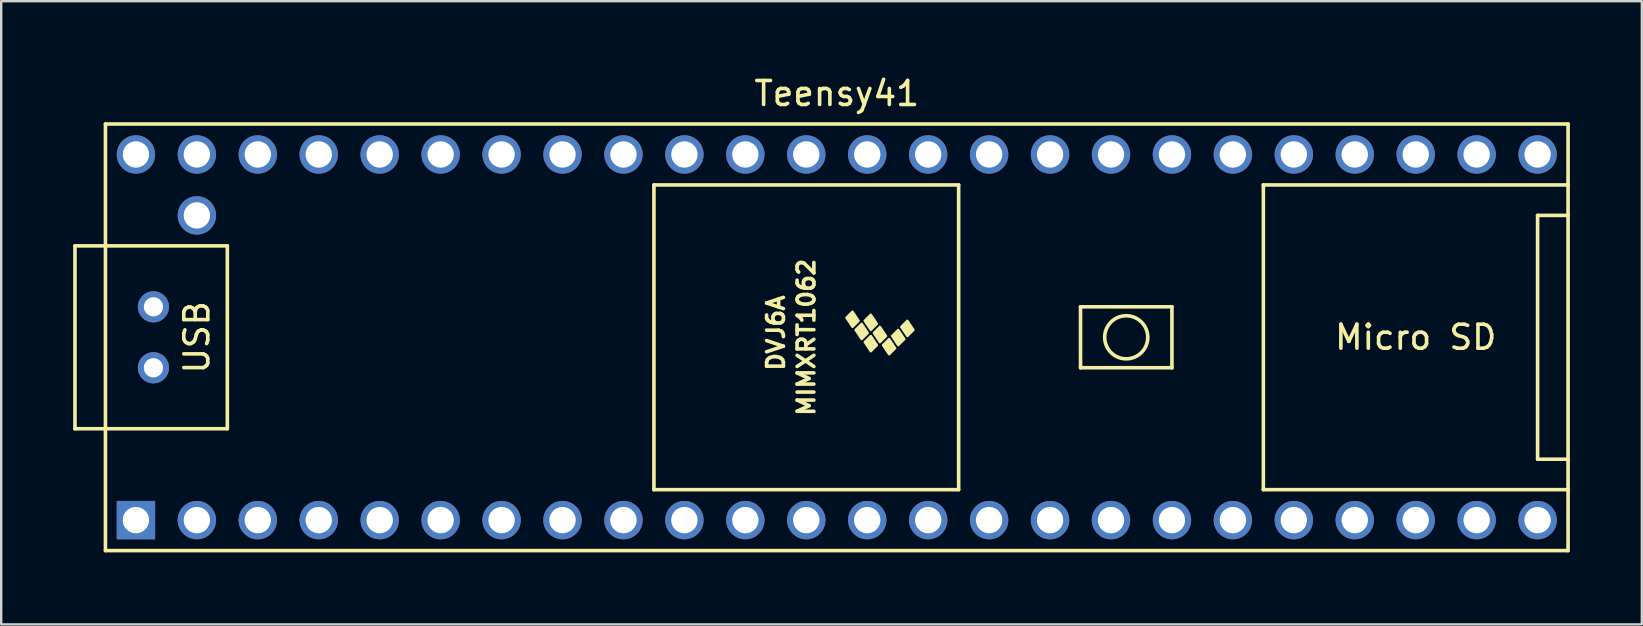
<source format=kicad_pcb>
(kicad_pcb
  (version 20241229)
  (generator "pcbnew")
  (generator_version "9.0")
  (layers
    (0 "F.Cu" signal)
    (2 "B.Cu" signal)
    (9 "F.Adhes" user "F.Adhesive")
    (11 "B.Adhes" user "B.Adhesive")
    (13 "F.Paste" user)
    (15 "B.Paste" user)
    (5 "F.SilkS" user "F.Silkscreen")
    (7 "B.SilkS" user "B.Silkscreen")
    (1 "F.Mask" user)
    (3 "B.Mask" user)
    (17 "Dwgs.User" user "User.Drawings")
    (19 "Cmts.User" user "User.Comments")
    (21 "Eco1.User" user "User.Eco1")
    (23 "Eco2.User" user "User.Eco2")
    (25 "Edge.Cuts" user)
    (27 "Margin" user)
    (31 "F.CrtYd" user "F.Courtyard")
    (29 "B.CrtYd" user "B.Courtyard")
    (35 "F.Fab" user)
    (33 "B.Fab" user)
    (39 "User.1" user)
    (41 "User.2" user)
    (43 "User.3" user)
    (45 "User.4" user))
  (footprint "Teensy41"
    (layer "F.Cu")
    (at 31.825 11.008)
    (property "Reference" "Teensy41" (at 0 -10.16 0) (layer "F.SilkS") (effects (font (size 1 1) (thickness 0.15))))
    (attr through_hole)
    (fp_line (start -31.75 -3.81) (end -30.48 -3.81) (stroke (width 0.15) (type solid)) (layer "F.SilkS"))
    (fp_line (start -31.75 3.81) (end -31.75 -3.81) (stroke (width 0.15) (type solid)) (layer "F.SilkS"))
    (fp_line (start -30.48 -8.89) (end 30.48 -8.89) (stroke (width 0.15) (type solid)) (layer "F.SilkS"))
    (fp_line (start -30.48 3.81) (end -31.75 3.81) (stroke (width 0.15) (type solid)) (layer "F.SilkS"))
    (fp_line (start -30.48 8.89) (end -30.48 -8.89) (stroke (width 0.15) (type solid)) (layer "F.SilkS"))
    (fp_line (start -25.4 -3.81) (end -30.48 -3.81) (stroke (width 0.15) (type solid)) (layer "F.SilkS"))
    (fp_line (start -25.4 3.81) (end -30.48 3.81) (stroke (width 0.15) (type solid)) (layer "F.SilkS"))
    (fp_line (start -25.4 3.81) (end -25.4 -3.81) (stroke (width 0.15) (type solid)) (layer "F.SilkS"))
    (fp_line (start -7.62 -6.35) (end -7.62 6.35) (stroke (width 0.15) (type solid)) (layer "F.SilkS"))
    (fp_line (start -7.62 6.35) (end 5.08 6.35) (stroke (width 0.15) (type solid)) (layer "F.SilkS"))
    (fp_line (start 5.08 -6.35) (end -7.62 -6.35) (stroke (width 0.15) (type solid)) (layer "F.SilkS"))
    (fp_line (start 5.08 6.35) (end 5.08 -6.35) (stroke (width 0.15) (type solid)) (layer "F.SilkS"))
    (fp_line (start 10.16 -1.27) (end 13.97 -1.27) (stroke (width 0.15) (type solid)) (layer "F.SilkS"))
    (fp_line (start 10.16 1.27) (end 10.16 -1.27) (stroke (width 0.15) (type solid)) (layer "F.SilkS"))
    (fp_line (start 13.97 -1.27) (end 13.97 1.27) (stroke (width 0.15) (type solid)) (layer "F.SilkS"))
    (fp_line (start 13.97 1.27) (end 10.16 1.27) (stroke (width 0.15) (type solid)) (layer "F.SilkS"))
    (fp_line (start 17.78 -6.35) (end 17.78 6.35) (stroke (width 0.15) (type solid)) (layer "F.SilkS"))
    (fp_line (start 17.78 6.35) (end 30.48 6.35) (stroke (width 0.15) (type solid)) (layer "F.SilkS"))
    (fp_line (start 29.21 -5.08) (end 29.21 5.08) (stroke (width 0.15) (type solid)) (layer "F.SilkS"))
    (fp_line (start 29.21 5.08) (end 30.48 5.08) (stroke (width 0.15) (type solid)) (layer "F.SilkS"))
    (fp_line (start 30.48 -8.89) (end 30.48 8.89) (stroke (width 0.15) (type solid)) (layer "F.SilkS"))
    (fp_line (start 30.48 -6.35) (end 17.78 -6.35) (stroke (width 0.15) (type solid)) (layer "F.SilkS"))
    (fp_line (start 30.48 -5.08) (end 29.21 -5.08) (stroke (width 0.15) (type solid)) (layer "F.SilkS"))
    (fp_line (start 30.48 8.89) (end -30.48 8.89) (stroke (width 0.15) (type solid)) (layer "F.SilkS"))
    (fp_circle (center 12.065 0) (end 12.7 -0.635) (stroke (width 0.15) (type solid)) (fill no) (layer "F.SilkS"))
    (fp_poly (pts (xy 0.911 -0.688) (xy 0.657 -0.434) (xy 0.403 -0.815) (xy 0.657 -1.069)) (stroke (width 0.1) (type solid)) (fill yes) (layer "F.SilkS"))
    (fp_poly (pts (xy 1.292 -0.18) (xy 1.038 0.074) (xy 0.784 -0.307) (xy 1.038 -0.561)) (stroke (width 0.1) (type solid)) (fill yes) (layer "F.SilkS"))
    (fp_poly (pts (xy 1.673 -0.561) (xy 1.419 -0.307) (xy 1.165 -0.688) (xy 1.419 -0.942)) (stroke (width 0.1) (type solid)) (fill yes) (layer "F.SilkS"))
    (fp_poly (pts (xy 1.673 0.328) (xy 1.419 0.582) (xy 1.165 0.201) (xy 1.419 -0.053)) (stroke (width 0.1) (type solid)) (fill yes) (layer "F.SilkS"))
    (fp_poly (pts (xy 2.054 -0.053) (xy 1.8 0.201) (xy 1.546 -0.18) (xy 1.8 -0.434)) (stroke (width 0.1) (type solid)) (fill yes) (layer "F.SilkS"))
    (fp_poly (pts (xy 2.435 0.455) (xy 2.181 0.709) (xy 1.927 0.328) (xy 2.181 0.074)) (stroke (width 0.1) (type solid)) (fill yes) (layer "F.SilkS"))
    (fp_poly (pts (xy 2.816 0.074) (xy 2.562 0.328) (xy 2.308 -0.053) (xy 2.562 -0.307)) (stroke (width 0.1) (type solid)) (fill yes) (layer "F.SilkS"))
    (fp_poly (pts (xy 3.197 -0.307) (xy 2.943 -0.053) (xy 2.689 -0.434) (xy 2.943 -0.688)) (stroke (width 0.1) (type solid)) (fill yes) (layer "F.SilkS"))
    (fp_text user "MIMXRT1062" (at -1.27 0 270) (layer "F.SilkS") (effects (font (size 0.7 0.7) (thickness 0.15))))
    (fp_text user "USB" (at -26.67 0 270) (layer "F.SilkS") (effects (font (size 1 1) (thickness 0.15))))
    (fp_text user "DVJ6A" (at -2.54 -0.18 270) (layer "F.SilkS") (effects (font (size 0.7 0.7) (thickness 0.15))))
    (fp_text user "Micro SD" (at 24.13 0 0) (layer "F.SilkS") (effects (font (size 1 1) (thickness 0.15))))
    (pad "1" thru_hole rect (at -29.21 7.62) (size 1.6 1.6) (drill 1.1) (layers "*.Cu" "*.Mask"))
    (pad "2" thru_hole circle (at -26.67 7.62) (size 1.6 1.6) (drill 1.1) (layers "*.Cu" "*.Mask"))
    (pad "3" thru_hole circle (at -24.13 7.62) (size 1.6 1.6) (drill 1.1) (layers "*.Cu" "*.Mask"))
    (pad "4" thru_hole circle (at -21.59 7.62) (size 1.6 1.6) (drill 1.1) (layers "*.Cu" "*.Mask"))
    (pad "5" thru_hole circle (at -19.05 7.62) (size 1.6 1.6) (drill 1.1) (layers "*.Cu" "*.Mask"))
    (pad "6" thru_hole circle (at -16.51 7.62) (size 1.6 1.6) (drill 1.1) (layers "*.Cu" "*.Mask"))
    (pad "7" thru_hole circle (at -13.97 7.62) (size 1.6 1.6) (drill 1.1) (layers "*.Cu" "*.Mask"))
    (pad "8" thru_hole circle (at -11.43 7.62) (size 1.6 1.6) (drill 1.1) (layers "*.Cu" "*.Mask"))
    (pad "9" thru_hole circle (at -8.89 7.62) (size 1.6 1.6) (drill 1.1) (layers "*.Cu" "*.Mask"))
    (pad "10" thru_hole circle (at -6.35 7.62) (size 1.6 1.6) (drill 1.1) (layers "*.Cu" "*.Mask"))
    (pad "11" thru_hole circle (at -3.81 7.62) (size 1.6 1.6) (drill 1.1) (layers "*.Cu" "*.Mask"))
    (pad "12" thru_hole circle (at -1.27 7.62) (size 1.6 1.6) (drill 1.1) (layers "*.Cu" "*.Mask"))
    (pad "13" thru_hole circle (at 1.27 7.62) (size 1.6 1.6) (drill 1.1) (layers "*.Cu" "*.Mask"))
    (pad "14" thru_hole circle (at 3.81 7.62) (size 1.6 1.6) (drill 1.1) (layers "*.Cu" "*.Mask"))
    (pad "15" thru_hole circle (at 6.35 7.62) (size 1.6 1.6) (drill 1.1) (layers "*.Cu" "*.Mask"))
    (pad "16" thru_hole circle (at 8.89 7.62) (size 1.6 1.6) (drill 1.1) (layers "*.Cu" "*.Mask"))
    (pad "17" thru_hole circle (at 11.43 7.62) (size 1.6 1.6) (drill 1.1) (layers "*.Cu" "*.Mask"))
    (pad "18" thru_hole circle (at 13.97 7.62) (size 1.6 1.6) (drill 1.1) (layers "*.Cu" "*.Mask"))
    (pad "19" thru_hole circle (at 16.51 7.62) (size 1.6 1.6) (drill 1.1) (layers "*.Cu" "*.Mask"))
    (pad "20" thru_hole circle (at 19.05 7.62) (size 1.6 1.6) (drill 1.1) (layers "*.Cu" "*.Mask"))
    (pad "21" thru_hole circle (at 21.59 7.62) (size 1.6 1.6) (drill 1.1) (layers "*.Cu" "*.Mask"))
    (pad "22" thru_hole circle (at 24.13 7.62) (size 1.6 1.6) (drill 1.1) (layers "*.Cu" "*.Mask"))
    (pad "23" thru_hole circle (at 26.67 7.62) (size 1.6 1.6) (drill 1.1) (layers "*.Cu" "*.Mask"))
    (pad "24" thru_hole circle (at 29.21 7.62) (size 1.6 1.6) (drill 1.1) (layers "*.Cu" "*.Mask"))
    (pad "25" thru_hole circle (at 29.21 -7.62) (size 1.6 1.6) (drill 1.1) (layers "*.Cu" "*.Mask"))
    (pad "26" thru_hole circle (at 26.67 -7.62) (size 1.6 1.6) (drill 1.1) (layers "*.Cu" "*.Mask"))
    (pad "27" thru_hole circle (at 24.13 -7.62) (size 1.6 1.6) (drill 1.1) (layers "*.Cu" "*.Mask"))
    (pad "28" thru_hole circle (at 21.59 -7.62) (size 1.6 1.6) (drill 1.1) (layers "*.Cu" "*.Mask"))
    (pad "29" thru_hole circle (at 19.05 -7.62) (size 1.6 1.6) (drill 1.1) (layers "*.Cu" "*.Mask"))
    (pad "30" thru_hole circle (at 16.51 -7.62) (size 1.6 1.6) (drill 1.1) (layers "*.Cu" "*.Mask"))
    (pad "31" thru_hole circle (at 13.97 -7.62) (size 1.6 1.6) (drill 1.1) (layers "*.Cu" "*.Mask"))
    (pad "32" thru_hole circle (at 11.43 -7.62) (size 1.6 1.6) (drill 1.1) (layers "*.Cu" "*.Mask"))
    (pad "33" thru_hole circle (at 8.89 -7.62) (size 1.6 1.6) (drill 1.1) (layers "*.Cu" "*.Mask"))
    (pad "34" thru_hole circle (at 6.35 -7.62) (size 1.6 1.6) (drill 1.1) (layers "*.Cu" "*.Mask"))
    (pad "35" thru_hole circle (at 3.81 -7.62) (size 1.6 1.6) (drill 1.1) (layers "*.Cu" "*.Mask"))
    (pad "36" thru_hole circle (at 1.27 -7.62) (size 1.6 1.6) (drill 1.1) (layers "*.Cu" "*.Mask"))
    (pad "37" thru_hole circle (at -1.27 -7.62) (size 1.6 1.6) (drill 1.1) (layers "*.Cu" "*.Mask"))
    (pad "38" thru_hole circle (at -3.81 -7.62) (size 1.6 1.6) (drill 1.1) (layers "*.Cu" "*.Mask"))
    (pad "39" thru_hole circle (at -6.35 -7.62) (size 1.6 1.6) (drill 1.1) (layers "*.Cu" "*.Mask"))
    (pad "40" thru_hole circle (at -8.89 -7.62) (size 1.6 1.6) (drill 1.1) (layers "*.Cu" "*.Mask"))
    (pad "41" thru_hole circle (at -11.43 -7.62) (size 1.6 1.6) (drill 1.1) (layers "*.Cu" "*.Mask"))
    (pad "42" thru_hole circle (at -13.97 -7.62) (size 1.6 1.6) (drill 1.1) (layers "*.Cu" "*.Mask"))
    (pad "43" thru_hole circle (at -16.51 -7.62) (size 1.6 1.6) (drill 1.1) (layers "*.Cu" "*.Mask"))
    (pad "44" thru_hole circle (at -19.05 -7.62) (size 1.6 1.6) (drill 1.1) (layers "*.Cu" "*.Mask"))
    (pad "45" thru_hole circle (at -21.59 -7.62) (size 1.6 1.6) (drill 1.1) (layers "*.Cu" "*.Mask"))
    (pad "46" thru_hole circle (at -24.13 -7.62) (size 1.6 1.6) (drill 1.1) (layers "*.Cu" "*.Mask"))
    (pad "47" thru_hole circle (at -26.67 -7.62) (size 1.6 1.6) (drill 1.1) (layers "*.Cu" "*.Mask"))
    (pad "48" thru_hole circle (at -29.21 -7.62) (size 1.6 1.6) (drill 1.1) (layers "*.Cu" "*.Mask"))
    (pad "49" thru_hole circle (at -26.67 -5.08) (size 1.6 1.6) (drill 1.1) (layers "*.Cu" "*.Mask"))
    (pad "66" thru_hole circle (at -28.48 -1.27) (size 1.3 1.3) (drill 0.8) (layers "*.Cu" "*.Mask"))
    (pad "67" thru_hole circle (at -28.48 1.27) (size 1.3 1.3) (drill 0.8) (layers "*.Cu" "*.Mask")))
  (gr_rect
    (start -3 -3)
    (end 65.38 22.973)
    (stroke (width 0.1) (type default))
    (fill no)
    (layer "Edge.Cuts")))
</source>
